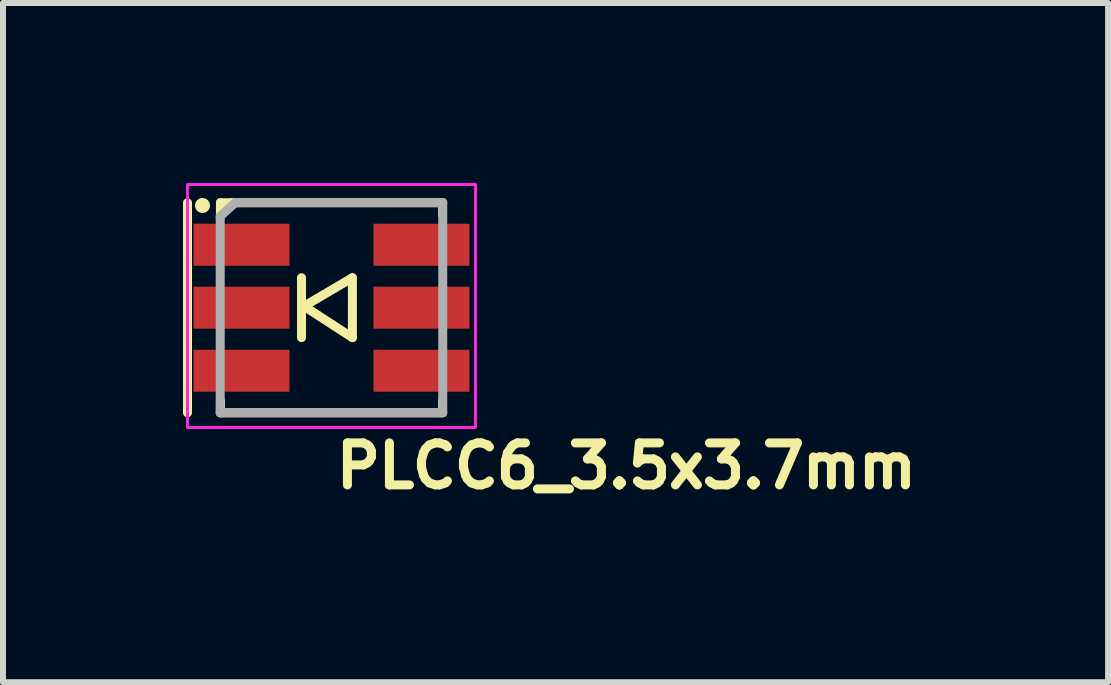
<source format=kicad_pcb>
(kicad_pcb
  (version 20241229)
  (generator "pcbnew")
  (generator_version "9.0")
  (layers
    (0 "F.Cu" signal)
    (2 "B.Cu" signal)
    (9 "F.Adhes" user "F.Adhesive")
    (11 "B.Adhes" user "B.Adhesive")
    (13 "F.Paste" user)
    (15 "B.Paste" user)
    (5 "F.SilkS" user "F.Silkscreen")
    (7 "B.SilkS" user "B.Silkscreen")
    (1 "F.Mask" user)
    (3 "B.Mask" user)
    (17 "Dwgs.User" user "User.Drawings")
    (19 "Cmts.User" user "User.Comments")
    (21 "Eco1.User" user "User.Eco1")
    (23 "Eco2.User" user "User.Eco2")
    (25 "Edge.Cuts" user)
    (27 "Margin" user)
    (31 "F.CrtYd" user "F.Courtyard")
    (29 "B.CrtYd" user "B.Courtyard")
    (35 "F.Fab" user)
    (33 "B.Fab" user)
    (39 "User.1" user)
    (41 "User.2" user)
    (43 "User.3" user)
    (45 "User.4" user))
  (footprint "PLCC6_3.5x3.7mm"
    (layer "F.Cu")
    (at 2.475 2.025)
    (property "Reference" "PLCC6_3.5x3.7mm" (at 0 3.1 0) (layer "F.SilkS") (effects (font (size 0.7 0.7) (thickness 0.15)) (justify left bottom)))
    (attr smd)
    (fp_line (start -2.4 -1.696) (end -2.4 1.804) (stroke (width 0.15) (type solid)) (layer "F.SilkS"))
    (fp_line (start -1.851 -1.696) (end -1.851 -1.496) (stroke (width 0.15) (type solid)) (layer "F.SilkS"))
    (fp_line (start -1.851 -1.696) (end 1.85 -1.696) (stroke (width 0.15) (type solid)) (layer "F.SilkS"))
    (fp_line (start -1.851 -1.496) (end -1.651 -1.7) (stroke (width 0.15) (type solid)) (layer "F.SilkS"))
    (fp_line (start -1.851 1.804) (end -1.851 1.604) (stroke (width 0.15) (type solid)) (layer "F.SilkS"))
    (fp_line (start -1.805 -1.647) (end -1.754 -1.647) (stroke (width 0.15) (type solid)) (layer "F.SilkS"))
    (fp_line (start -0.5 -0.446) (end -0.5 0.552) (stroke (width 0.15) (type solid)) (layer "F.SilkS"))
    (fp_line (start -0.5 0.053) (end 0.348 -0.446) (stroke (width 0.15) (type solid)) (layer "F.SilkS"))
    (fp_line (start 0.348 -0.446) (end 0.348 0.552) (stroke (width 0.15) (type solid)) (layer "F.SilkS"))
    (fp_line (start 0.348 0.552) (end -0.5 0.002) (stroke (width 0.15) (type solid)) (layer "F.SilkS"))
    (fp_line (start 1.85 -1.696) (end 1.85 -1.496) (stroke (width 0.15) (type solid)) (layer "F.SilkS"))
    (fp_line (start 1.85 1.804) (end -1.851 1.804) (stroke (width 0.15) (type solid)) (layer "F.SilkS"))
    (fp_line (start 1.85 1.804) (end 1.85 1.604) (stroke (width 0.15) (type solid)) (layer "F.SilkS"))
    (fp_circle (center -2.15 -1.65) (end -2.1 -1.65) (stroke (width 0.15) (type solid)) (fill yes) (layer "F.SilkS"))
    (fp_rect (start -2.4 -2) (end 2.4 2.05) (stroke (width 0.05) (type solid)) (fill no) (layer "F.CrtYd"))
    (fp_line (start -1.855 -1.47) (end -1.855 1.804) (stroke (width 0.15) (type solid)) (layer "F.Fab"))
    (fp_line (start -1.601 -1.7) (end -1.855 -1.47) (stroke (width 0.15) (type solid)) (layer "F.Fab"))
    (fp_line (start 1.854 -1.7) (end -1.601 -1.7) (stroke (width 0.15) (type solid)) (layer "F.Fab"))
    (fp_line (start 1.854 -1.7) (end 1.854 1.804) (stroke (width 0.15) (type solid)) (layer "F.Fab"))
    (fp_line (start 1.854 1.804) (end -1.855 1.804) (stroke (width 0.15) (type solid)) (layer "F.Fab"))
    (fp_rect (start -1.851 -1.75) (end 1.85 1.749) (stroke (width 0.1) (type solid)) (fill no) (layer "User.5"))
    (fp_line (start -1.851 -1.75) (end -1.851 1.749) (stroke (width 0.02) (type solid)) (layer "User.9"))
    (fp_line (start -1.851 -1.75) (end -1.688 -1.587) (stroke (width 0.02) (type solid)) (layer "User.9"))
    (fp_line (start -1.851 -1.331) (end -1.851 -1.331) (stroke (width 0.02) (type solid)) (layer "User.9"))
    (fp_line (start -1.851 -0.731) (end -1.851 -1.331) (stroke (width 0.02) (type solid)) (layer "User.9"))
    (fp_line (start -1.851 -0.731) (end -1.851 -0.731) (stroke (width 0.02) (type solid)) (layer "User.9"))
    (fp_line (start -1.851 -0.251) (end -1.851 -0.251) (stroke (width 0.02) (type solid)) (layer "User.9"))
    (fp_line (start -1.851 0.349) (end -1.851 -0.251) (stroke (width 0.02) (type solid)) (layer "User.9"))
    (fp_line (start -1.851 0.349) (end -1.851 0.349) (stroke (width 0.02) (type solid)) (layer "User.9"))
    (fp_line (start -1.851 0.829) (end -1.851 0.829) (stroke (width 0.02) (type solid)) (layer "User.9"))
    (fp_line (start -1.851 1.429) (end -1.851 0.829) (stroke (width 0.02) (type solid)) (layer "User.9"))
    (fp_line (start -1.851 1.429) (end -1.851 1.429) (stroke (width 0.02) (type solid)) (layer "User.9"))
    (fp_line (start -1.851 1.749) (end 1.85 1.749) (stroke (width 0.02) (type solid)) (layer "User.9"))
    (fp_line (start -1.688 -1.587) (end -1.024 -1.587) (stroke (width 0.02) (type solid)) (layer "User.9"))
    (fp_line (start -1.688 -1.006) (end -1.688 -1.587) (stroke (width 0.02) (type solid)) (layer "User.9"))
    (fp_line (start -1.651 -1.039) (end -1.688 -1.006) (stroke (width 0.02) (type solid)) (layer "User.9"))
    (fp_line (start -1.651 -1.039) (end -1.651 1.55) (stroke (width 0.02) (type solid)) (layer "User.9"))
    (fp_line (start -1.651 1.55) (end -1.851 1.749) (stroke (width 0.02) (type solid)) (layer "User.9"))
    (fp_line (start -1.651 1.55) (end 1.648 1.55) (stroke (width 0.02) (type solid)) (layer "User.9"))
    (fp_line (start -1.45 -0.001) (end -1.448 -0.098) (stroke (width 0.02) (type solid)) (layer "User.9"))
    (fp_line (start -1.45 -0.001) (end -1.448 -0.098) (stroke (width 0.02) (type solid)) (layer "User.9"))
    (fp_line (start -1.45 0.048) (end -1.45 -0.001) (stroke (width 0.02) (type solid)) (layer "User.9"))
    (fp_line (start -1.45 0.048) (end -1.45 -0.001) (stroke (width 0.02) (type solid)) (layer "User.9"))
    (fp_line (start -1.448 -0.098) (end -1.438 -0.194) (stroke (width 0.02) (type solid)) (layer "User.9"))
    (fp_line (start -1.448 -0.098) (end -1.438 -0.194) (stroke (width 0.02) (type solid)) (layer "User.9"))
    (fp_line (start -1.448 0.096) (end -1.45 0.048) (stroke (width 0.02) (type solid)) (layer "User.9"))
    (fp_line (start -1.448 0.096) (end -1.45 0.048) (stroke (width 0.02) (type solid)) (layer "User.9"))
    (fp_line (start -1.444 0.144) (end -1.448 0.096) (stroke (width 0.02) (type solid)) (layer "User.9"))
    (fp_line (start -1.444 0.144) (end -1.448 0.096) (stroke (width 0.02) (type solid)) (layer "User.9"))
    (fp_line (start -1.438 -0.194) (end -1.422 -0.288) (stroke (width 0.02) (type solid)) (layer "User.9"))
    (fp_line (start -1.438 -0.194) (end -1.422 -0.288) (stroke (width 0.02) (type solid)) (layer "User.9"))
    (fp_line (start -1.438 0.192) (end -1.444 0.144) (stroke (width 0.02) (type solid)) (layer "User.9"))
    (fp_line (start -1.438 0.192) (end -1.444 0.144) (stroke (width 0.02) (type solid)) (layer "User.9"))
    (fp_line (start -1.432 0.239) (end -1.438 0.192) (stroke (width 0.02) (type solid)) (layer "User.9"))
    (fp_line (start -1.432 0.239) (end -1.438 0.192) (stroke (width 0.02) (type solid)) (layer "User.9"))
    (fp_line (start -1.422 -0.288) (end -1.401 -0.379) (stroke (width 0.02) (type solid)) (layer "User.9"))
    (fp_line (start -1.422 -0.288) (end -1.401 -0.379) (stroke (width 0.02) (type solid)) (layer "User.9"))
    (fp_line (start -1.422 0.286) (end -1.432 0.239) (stroke (width 0.02) (type solid)) (layer "User.9"))
    (fp_line (start -1.422 0.286) (end -1.432 0.239) (stroke (width 0.02) (type solid)) (layer "User.9"))
    (fp_line (start -1.412 0.332) (end -1.422 0.286) (stroke (width 0.02) (type solid)) (layer "User.9"))
    (fp_line (start -1.412 0.332) (end -1.422 0.286) (stroke (width 0.02) (type solid)) (layer "User.9"))
    (fp_line (start -1.401 -0.379) (end -1.373 -0.47) (stroke (width 0.02) (type solid)) (layer "User.9"))
    (fp_line (start -1.401 -0.379) (end -1.373 -0.47) (stroke (width 0.02) (type solid)) (layer "User.9"))
    (fp_line (start -1.401 0.377) (end -1.412 0.332) (stroke (width 0.02) (type solid)) (layer "User.9"))
    (fp_line (start -1.401 0.377) (end -1.412 0.332) (stroke (width 0.02) (type solid)) (layer "User.9"))
    (fp_line (start -1.387 0.422) (end -1.401 0.377) (stroke (width 0.02) (type solid)) (layer "User.9"))
    (fp_line (start -1.387 0.422) (end -1.401 0.377) (stroke (width 0.02) (type solid)) (layer "User.9"))
    (fp_line (start -1.373 -0.47) (end -1.339 -0.558) (stroke (width 0.02) (type solid)) (layer "User.9"))
    (fp_line (start -1.373 -0.47) (end -1.339 -0.558) (stroke (width 0.02) (type solid)) (layer "User.9"))
    (fp_line (start -1.373 0.468) (end -1.387 0.422) (stroke (width 0.02) (type solid)) (layer "User.9"))
    (fp_line (start -1.373 0.468) (end -1.387 0.422) (stroke (width 0.02) (type solid)) (layer "User.9"))
    (fp_line (start -1.357 0.512) (end -1.373 0.468) (stroke (width 0.02) (type solid)) (layer "User.9"))
    (fp_line (start -1.357 0.512) (end -1.373 0.468) (stroke (width 0.02) (type solid)) (layer "User.9"))
    (fp_line (start -1.339 -0.558) (end -1.301 -0.644) (stroke (width 0.02) (type solid)) (layer "User.9"))
    (fp_line (start -1.339 -0.558) (end -1.301 -0.644) (stroke (width 0.02) (type solid)) (layer "User.9"))
    (fp_line (start -1.339 0.556) (end -1.357 0.512) (stroke (width 0.02) (type solid)) (layer "User.9"))
    (fp_line (start -1.339 0.556) (end -1.357 0.512) (stroke (width 0.02) (type solid)) (layer "User.9"))
    (fp_line (start -1.321 0.598) (end -1.339 0.556) (stroke (width 0.02) (type solid)) (layer "User.9"))
    (fp_line (start -1.321 0.598) (end -1.339 0.556) (stroke (width 0.02) (type solid)) (layer "User.9"))
    (fp_line (start -1.301 -0.644) (end -1.256 -0.726) (stroke (width 0.02) (type solid)) (layer "User.9"))
    (fp_line (start -1.301 -0.644) (end -1.256 -0.726) (stroke (width 0.02) (type solid)) (layer "User.9"))
    (fp_line (start -1.301 0.642) (end -1.321 0.598) (stroke (width 0.02) (type solid)) (layer "User.9"))
    (fp_line (start -1.301 0.642) (end -1.321 0.598) (stroke (width 0.02) (type solid)) (layer "User.9"))
    (fp_line (start -1.28 0.683) (end -1.301 0.642) (stroke (width 0.02) (type solid)) (layer "User.9"))
    (fp_line (start -1.28 0.683) (end -1.301 0.642) (stroke (width 0.02) (type solid)) (layer "User.9"))
    (fp_line (start -1.256 -0.726) (end -1.208 -0.806) (stroke (width 0.02) (type solid)) (layer "User.9"))
    (fp_line (start -1.256 -0.726) (end -1.208 -0.806) (stroke (width 0.02) (type solid)) (layer "User.9"))
    (fp_line (start -1.256 0.723) (end -1.28 0.683) (stroke (width 0.02) (type solid)) (layer "User.9"))
    (fp_line (start -1.256 0.723) (end -1.28 0.683) (stroke (width 0.02) (type solid)) (layer "User.9"))
    (fp_line (start -1.232 0.764) (end -1.256 0.723) (stroke (width 0.02) (type solid)) (layer "User.9"))
    (fp_line (start -1.232 0.764) (end -1.256 0.723) (stroke (width 0.02) (type solid)) (layer "User.9"))
    (fp_line (start -1.208 -0.806) (end -1.153 -0.882) (stroke (width 0.02) (type solid)) (layer "User.9"))
    (fp_line (start -1.208 -0.806) (end -1.153 -0.882) (stroke (width 0.02) (type solid)) (layer "User.9"))
    (fp_line (start -1.208 0.804) (end -1.232 0.764) (stroke (width 0.02) (type solid)) (layer "User.9"))
    (fp_line (start -1.208 0.804) (end -1.232 0.764) (stroke (width 0.02) (type solid)) (layer "User.9"))
    (fp_line (start -1.18 0.842) (end -1.208 0.804) (stroke (width 0.02) (type solid)) (layer "User.9"))
    (fp_line (start -1.18 0.842) (end -1.208 0.804) (stroke (width 0.02) (type solid)) (layer "User.9"))
    (fp_line (start -1.153 -0.882) (end -1.093 -0.956) (stroke (width 0.02) (type solid)) (layer "User.9"))
    (fp_line (start -1.153 -0.882) (end -1.093 -0.956) (stroke (width 0.02) (type solid)) (layer "User.9"))
    (fp_line (start -1.153 0.88) (end -1.18 0.842) (stroke (width 0.02) (type solid)) (layer "User.9"))
    (fp_line (start -1.153 0.88) (end -1.18 0.842) (stroke (width 0.02) (type solid)) (layer "User.9"))
    (fp_line (start -1.123 0.918) (end -1.153 0.88) (stroke (width 0.02) (type solid)) (layer "User.9"))
    (fp_line (start -1.123 0.918) (end -1.153 0.88) (stroke (width 0.02) (type solid)) (layer "User.9"))
    (fp_line (start -1.093 -0.956) (end -1.029 -1.024) (stroke (width 0.02) (type solid)) (layer "User.9"))
    (fp_line (start -1.093 -0.956) (end -1.029 -1.024) (stroke (width 0.02) (type solid)) (layer "User.9"))
    (fp_line (start -1.093 0.954) (end -1.123 0.918) (stroke (width 0.02) (type solid)) (layer "User.9"))
    (fp_line (start -1.093 0.954) (end -1.123 0.918) (stroke (width 0.02) (type solid)) (layer "User.9"))
    (fp_line (start -1.065 -1.551) (end -1.651 -1.039) (stroke (width 0.02) (type solid)) (layer "User.9"))
    (fp_line (start -1.061 0.988) (end -1.093 0.954) (stroke (width 0.02) (type solid)) (layer "User.9"))
    (fp_line (start -1.061 0.988) (end -1.093 0.954) (stroke (width 0.02) (type solid)) (layer "User.9"))
    (fp_line (start -1.029 -1.024) (end -0.96 -1.089) (stroke (width 0.02) (type solid)) (layer "User.9"))
    (fp_line (start -1.029 -1.024) (end -0.96 -1.089) (stroke (width 0.02) (type solid)) (layer "User.9"))
    (fp_line (start -1.029 1.023) (end -1.061 0.988) (stroke (width 0.02) (type solid)) (layer "User.9"))
    (fp_line (start -1.029 1.023) (end -1.061 0.988) (stroke (width 0.02) (type solid)) (layer "User.9"))
    (fp_line (start -1.024 -1.587) (end -1.065 -1.551) (stroke (width 0.02) (type solid)) (layer "User.9"))
    (fp_line (start -0.994 1.056) (end -1.029 1.023) (stroke (width 0.02) (type solid)) (layer "User.9"))
    (fp_line (start -0.994 1.056) (end -1.029 1.023) (stroke (width 0.02) (type solid)) (layer "User.9"))
    (fp_line (start -0.96 -1.089) (end -0.885 -1.149) (stroke (width 0.02) (type solid)) (layer "User.9"))
    (fp_line (start -0.96 -1.089) (end -0.885 -1.149) (stroke (width 0.02) (type solid)) (layer "User.9"))
    (fp_line (start -0.96 1.088) (end -0.994 1.056) (stroke (width 0.02) (type solid)) (layer "User.9"))
    (fp_line (start -0.96 1.088) (end -0.994 1.056) (stroke (width 0.02) (type solid)) (layer "User.9"))
    (fp_line (start -0.924 1.118) (end -0.96 1.088) (stroke (width 0.02) (type solid)) (layer "User.9"))
    (fp_line (start -0.924 1.118) (end -0.96 1.088) (stroke (width 0.02) (type solid)) (layer "User.9"))
    (fp_line (start -0.885 -1.149) (end -0.809 -1.206) (stroke (width 0.02) (type solid)) (layer "User.9"))
    (fp_line (start -0.885 -1.149) (end -0.809 -1.206) (stroke (width 0.02) (type solid)) (layer "User.9"))
    (fp_line (start -0.885 1.148) (end -0.924 1.118) (stroke (width 0.02) (type solid)) (layer "User.9"))
    (fp_line (start -0.885 1.148) (end -0.924 1.118) (stroke (width 0.02) (type solid)) (layer "User.9"))
    (fp_line (start -0.847 1.177) (end -0.885 1.148) (stroke (width 0.02) (type solid)) (layer "User.9"))
    (fp_line (start -0.847 1.177) (end -0.885 1.148) (stroke (width 0.02) (type solid)) (layer "User.9"))
    (fp_line (start -0.809 -1.206) (end -0.725 -1.256) (stroke (width 0.02) (type solid)) (layer "User.9"))
    (fp_line (start -0.809 -1.206) (end -0.725 -1.256) (stroke (width 0.02) (type solid)) (layer "User.9"))
    (fp_line (start -0.809 1.203) (end -0.847 1.177) (stroke (width 0.02) (type solid)) (layer "User.9"))
    (fp_line (start -0.809 1.203) (end -0.847 1.177) (stroke (width 0.02) (type solid)) (layer "User.9"))
    (fp_line (start -0.767 1.229) (end -0.809 1.203) (stroke (width 0.02) (type solid)) (layer "User.9"))
    (fp_line (start -0.767 1.229) (end -0.809 1.203) (stroke (width 0.02) (type solid)) (layer "User.9"))
    (fp_line (start -0.725 -1.256) (end -0.725 -1.256) (stroke (width 0.02) (type solid)) (layer "User.9"))
    (fp_line (start -0.725 -1.256) (end -0.725 -1.256) (stroke (width 0.02) (type solid)) (layer "User.9"))
    (fp_line (start -0.725 -1.256) (end -0.64 -1.303) (stroke (width 0.02) (type solid)) (layer "User.9"))
    (fp_line (start -0.725 -1.256) (end -0.64 -1.303) (stroke (width 0.02) (type solid)) (layer "User.9"))
    (fp_line (start -0.725 1.255) (end -0.767 1.229) (stroke (width 0.02) (type solid)) (layer "User.9"))
    (fp_line (start -0.725 1.255) (end -0.767 1.229) (stroke (width 0.02) (type solid)) (layer "User.9"))
    (fp_line (start -0.725 1.255) (end -0.725 1.255) (stroke (width 0.02) (type solid)) (layer "User.9"))
    (fp_line (start -0.725 1.255) (end -0.725 1.255) (stroke (width 0.02) (type solid)) (layer "User.9"))
    (fp_line (start -0.64 -1.303) (end -0.554 -1.341) (stroke (width 0.02) (type solid)) (layer "User.9"))
    (fp_line (start -0.64 -1.303) (end -0.554 -1.341) (stroke (width 0.02) (type solid)) (layer "User.9"))
    (fp_line (start -0.64 1.3) (end -0.725 1.255) (stroke (width 0.02) (type solid)) (layer "User.9"))
    (fp_line (start -0.64 1.3) (end -0.725 1.255) (stroke (width 0.02) (type solid)) (layer "User.9"))
    (fp_line (start -0.554 -1.341) (end -0.465 -1.375) (stroke (width 0.02) (type solid)) (layer "User.9"))
    (fp_line (start -0.554 -1.341) (end -0.465 -1.375) (stroke (width 0.02) (type solid)) (layer "User.9"))
    (fp_line (start -0.554 1.34) (end -0.64 1.3) (stroke (width 0.02) (type solid)) (layer "User.9"))
    (fp_line (start -0.554 1.34) (end -0.64 1.3) (stroke (width 0.02) (type solid)) (layer "User.9"))
    (fp_line (start -0.465 -1.375) (end -0.373 -1.403) (stroke (width 0.02) (type solid)) (layer "User.9"))
    (fp_line (start -0.465 -1.375) (end -0.373 -1.403) (stroke (width 0.02) (type solid)) (layer "User.9"))
    (fp_line (start -0.465 1.374) (end -0.554 1.34) (stroke (width 0.02) (type solid)) (layer "User.9"))
    (fp_line (start -0.465 1.374) (end -0.554 1.34) (stroke (width 0.02) (type solid)) (layer "User.9"))
    (fp_line (start -0.373 -1.403) (end -0.282 -1.424) (stroke (width 0.02) (type solid)) (layer "User.9"))
    (fp_line (start -0.373 -1.403) (end -0.282 -1.424) (stroke (width 0.02) (type solid)) (layer "User.9"))
    (fp_line (start -0.373 1.4) (end -0.465 1.374) (stroke (width 0.02) (type solid)) (layer "User.9"))
    (fp_line (start -0.373 1.4) (end -0.465 1.374) (stroke (width 0.02) (type solid)) (layer "User.9"))
    (fp_line (start -0.282 -1.424) (end -0.188 -1.438) (stroke (width 0.02) (type solid)) (layer "User.9"))
    (fp_line (start -0.282 -1.424) (end -0.188 -1.438) (stroke (width 0.02) (type solid)) (layer "User.9"))
    (fp_line (start -0.282 1.421) (end -0.373 1.4) (stroke (width 0.02) (type solid)) (layer "User.9"))
    (fp_line (start -0.282 1.421) (end -0.373 1.4) (stroke (width 0.02) (type solid)) (layer "User.9"))
    (fp_line (start -0.188 -1.438) (end -0.094 -1.448) (stroke (width 0.02) (type solid)) (layer "User.9"))
    (fp_line (start -0.188 -1.438) (end -0.094 -1.448) (stroke (width 0.02) (type solid)) (layer "User.9"))
    (fp_line (start -0.188 1.437) (end -0.282 1.421) (stroke (width 0.02) (type solid)) (layer "User.9"))
    (fp_line (start -0.188 1.437) (end -0.282 1.421) (stroke (width 0.02) (type solid)) (layer "User.9"))
    (fp_line (start -0.094 -1.448) (end 0 -1.45) (stroke (width 0.02) (type solid)) (layer "User.9"))
    (fp_line (start -0.094 -1.448) (end 0 -1.45) (stroke (width 0.02) (type solid)) (layer "User.9"))
    (fp_line (start -0.094 1.445) (end -0.188 1.437) (stroke (width 0.02) (type solid)) (layer "User.9"))
    (fp_line (start -0.094 1.445) (end -0.188 1.437) (stroke (width 0.02) (type solid)) (layer "User.9"))
    (fp_line (start 0 -1.45) (end 0.092 -1.448) (stroke (width 0.02) (type solid)) (layer "User.9"))
    (fp_line (start 0 -1.45) (end 0.092 -1.448) (stroke (width 0.02) (type solid)) (layer "User.9"))
    (fp_line (start 0 1.449) (end -0.094 1.445) (stroke (width 0.02) (type solid)) (layer "User.9"))
    (fp_line (start 0 1.449) (end -0.094 1.445) (stroke (width 0.02) (type solid)) (layer "User.9"))
    (fp_line (start 0.092 -1.448) (end 0.186 -1.438) (stroke (width 0.02) (type solid)) (layer "User.9"))
    (fp_line (start 0.092 -1.448) (end 0.186 -1.438) (stroke (width 0.02) (type solid)) (layer "User.9"))
    (fp_line (start 0.092 1.445) (end 0 1.449) (stroke (width 0.02) (type solid)) (layer "User.9"))
    (fp_line (start 0.092 1.445) (end 0 1.449) (stroke (width 0.02) (type solid)) (layer "User.9"))
    (fp_line (start 0.186 -1.438) (end 0.28 -1.424) (stroke (width 0.02) (type solid)) (layer "User.9"))
    (fp_line (start 0.186 -1.438) (end 0.28 -1.424) (stroke (width 0.02) (type solid)) (layer "User.9"))
    (fp_line (start 0.186 1.437) (end 0.092 1.445) (stroke (width 0.02) (type solid)) (layer "User.9"))
    (fp_line (start 0.186 1.437) (end 0.092 1.445) (stroke (width 0.02) (type solid)) (layer "User.9"))
    (fp_line (start 0.28 -1.424) (end 0.371 -1.403) (stroke (width 0.02) (type solid)) (layer "User.9"))
    (fp_line (start 0.28 -1.424) (end 0.371 -1.403) (stroke (width 0.02) (type solid)) (layer "User.9"))
    (fp_line (start 0.28 1.421) (end 0.186 1.437) (stroke (width 0.02) (type solid)) (layer "User.9"))
    (fp_line (start 0.28 1.421) (end 0.186 1.437) (stroke (width 0.02) (type solid)) (layer "User.9"))
    (fp_line (start 0.371 -1.403) (end 0.463 -1.375) (stroke (width 0.02) (type solid)) (layer "User.9"))
    (fp_line (start 0.371 -1.403) (end 0.463 -1.375) (stroke (width 0.02) (type solid)) (layer "User.9"))
    (fp_line (start 0.371 1.4) (end 0.28 1.421) (stroke (width 0.02) (type solid)) (layer "User.9"))
    (fp_line (start 0.371 1.4) (end 0.28 1.421) (stroke (width 0.02) (type solid)) (layer "User.9"))
    (fp_line (start 0.463 -1.375) (end 0.552 -1.341) (stroke (width 0.02) (type solid)) (layer "User.9"))
    (fp_line (start 0.463 -1.375) (end 0.552 -1.341) (stroke (width 0.02) (type solid)) (layer "User.9"))
    (fp_line (start 0.463 1.374) (end 0.371 1.4) (stroke (width 0.02) (type solid)) (layer "User.9"))
    (fp_line (start 0.463 1.374) (end 0.371 1.4) (stroke (width 0.02) (type solid)) (layer "User.9"))
    (fp_line (start 0.552 -1.341) (end 0.638 -1.303) (stroke (width 0.02) (type solid)) (layer "User.9"))
    (fp_line (start 0.552 -1.341) (end 0.638 -1.303) (stroke (width 0.02) (type solid)) (layer "User.9"))
    (fp_line (start 0.552 1.34) (end 0.463 1.374) (stroke (width 0.02) (type solid)) (layer "User.9"))
    (fp_line (start 0.552 1.34) (end 0.463 1.374) (stroke (width 0.02) (type solid)) (layer "User.9"))
    (fp_line (start 0.638 -1.303) (end 0.723 -1.256) (stroke (width 0.02) (type solid)) (layer "User.9"))
    (fp_line (start 0.638 -1.303) (end 0.723 -1.256) (stroke (width 0.02) (type solid)) (layer "User.9"))
    (fp_line (start 0.638 1.3) (end 0.552 1.34) (stroke (width 0.02) (type solid)) (layer "User.9"))
    (fp_line (start 0.638 1.3) (end 0.552 1.34) (stroke (width 0.02) (type solid)) (layer "User.9"))
    (fp_line (start 0.723 -1.256) (end 0.723 -1.256) (stroke (width 0.02) (type solid)) (layer "User.9"))
    (fp_line (start 0.723 -1.256) (end 0.723 -1.256) (stroke (width 0.02) (type solid)) (layer "User.9"))
    (fp_line (start 0.723 -1.256) (end 0.765 -1.232) (stroke (width 0.02) (type solid)) (layer "User.9"))
    (fp_line (start 0.723 -1.256) (end 0.765 -1.232) (stroke (width 0.02) (type solid)) (layer "User.9"))
    (fp_line (start 0.723 1.255) (end 0.638 1.3) (stroke (width 0.02) (type solid)) (layer "User.9"))
    (fp_line (start 0.723 1.255) (end 0.638 1.3) (stroke (width 0.02) (type solid)) (layer "User.9"))
    (fp_line (start 0.723 1.255) (end 0.723 1.255) (stroke (width 0.02) (type solid)) (layer "User.9"))
    (fp_line (start 0.723 1.255) (end 0.723 1.255) (stroke (width 0.02) (type solid)) (layer "User.9"))
    (fp_line (start 0.765 -1.232) (end 0.807 -1.206) (stroke (width 0.02) (type solid)) (layer "User.9"))
    (fp_line (start 0.765 -1.232) (end 0.807 -1.206) (stroke (width 0.02) (type solid)) (layer "User.9"))
    (fp_line (start 0.807 -1.206) (end 0.845 -1.178) (stroke (width 0.02) (type solid)) (layer "User.9"))
    (fp_line (start 0.807 -1.206) (end 0.845 -1.178) (stroke (width 0.02) (type solid)) (layer "User.9"))
    (fp_line (start 0.807 1.203) (end 0.723 1.255) (stroke (width 0.02) (type solid)) (layer "User.9"))
    (fp_line (start 0.807 1.203) (end 0.723 1.255) (stroke (width 0.02) (type solid)) (layer "User.9"))
    (fp_line (start 0.845 -1.178) (end 0.883 -1.149) (stroke (width 0.02) (type solid)) (layer "User.9"))
    (fp_line (start 0.845 -1.178) (end 0.883 -1.149) (stroke (width 0.02) (type solid)) (layer "User.9"))
    (fp_line (start 0.883 -1.149) (end 0.922 -1.119) (stroke (width 0.02) (type solid)) (layer "User.9"))
    (fp_line (start 0.883 -1.149) (end 0.922 -1.119) (stroke (width 0.02) (type solid)) (layer "User.9"))
    (fp_line (start 0.883 1.148) (end 0.807 1.203) (stroke (width 0.02) (type solid)) (layer "User.9"))
    (fp_line (start 0.883 1.148) (end 0.807 1.203) (stroke (width 0.02) (type solid)) (layer "User.9"))
    (fp_line (start 0.922 -1.119) (end 0.958 -1.089) (stroke (width 0.02) (type solid)) (layer "User.9"))
    (fp_line (start 0.922 -1.119) (end 0.958 -1.089) (stroke (width 0.02) (type solid)) (layer "User.9"))
    (fp_line (start 0.958 -1.089) (end 0.992 -1.057) (stroke (width 0.02) (type solid)) (layer "User.9"))
    (fp_line (start 0.958 -1.089) (end 0.992 -1.057) (stroke (width 0.02) (type solid)) (layer "User.9"))
    (fp_line (start 0.958 1.088) (end 0.883 1.148) (stroke (width 0.02) (type solid)) (layer "User.9"))
    (fp_line (start 0.958 1.088) (end 0.883 1.148) (stroke (width 0.02) (type solid)) (layer "User.9"))
    (fp_line (start 0.992 -1.057) (end 1.026 -1.024) (stroke (width 0.02) (type solid)) (layer "User.9"))
    (fp_line (start 0.992 -1.057) (end 1.026 -1.024) (stroke (width 0.02) (type solid)) (layer "User.9"))
    (fp_line (start 1.026 -1.024) (end 1.06 -0.99) (stroke (width 0.02) (type solid)) (layer "User.9"))
    (fp_line (start 1.026 -1.024) (end 1.06 -0.99) (stroke (width 0.02) (type solid)) (layer "User.9"))
    (fp_line (start 1.026 1.023) (end 0.958 1.088) (stroke (width 0.02) (type solid)) (layer "User.9"))
    (fp_line (start 1.026 1.023) (end 0.958 1.088) (stroke (width 0.02) (type solid)) (layer "User.9"))
    (fp_line (start 1.06 -0.99) (end 1.09 -0.956) (stroke (width 0.02) (type solid)) (layer "User.9"))
    (fp_line (start 1.06 -0.99) (end 1.09 -0.956) (stroke (width 0.02) (type solid)) (layer "User.9"))
    (fp_line (start 1.09 -0.956) (end 1.122 -0.92) (stroke (width 0.02) (type solid)) (layer "User.9"))
    (fp_line (start 1.09 -0.956) (end 1.122 -0.92) (stroke (width 0.02) (type solid)) (layer "User.9"))
    (fp_line (start 1.09 0.954) (end 1.026 1.023) (stroke (width 0.02) (type solid)) (layer "User.9"))
    (fp_line (start 1.09 0.954) (end 1.026 1.023) (stroke (width 0.02) (type solid)) (layer "User.9"))
    (fp_line (start 1.122 -0.92) (end 1.15 -0.882) (stroke (width 0.02) (type solid)) (layer "User.9"))
    (fp_line (start 1.122 -0.92) (end 1.15 -0.882) (stroke (width 0.02) (type solid)) (layer "User.9"))
    (fp_line (start 1.15 -0.882) (end 1.179 -0.844) (stroke (width 0.02) (type solid)) (layer "User.9"))
    (fp_line (start 1.15 -0.882) (end 1.179 -0.844) (stroke (width 0.02) (type solid)) (layer "User.9"))
    (fp_line (start 1.15 0.88) (end 1.09 0.954) (stroke (width 0.02) (type solid)) (layer "User.9"))
    (fp_line (start 1.15 0.88) (end 1.09 0.954) (stroke (width 0.02) (type solid)) (layer "User.9"))
    (fp_line (start 1.179 -0.844) (end 1.205 -0.806) (stroke (width 0.02) (type solid)) (layer "User.9"))
    (fp_line (start 1.179 -0.844) (end 1.205 -0.806) (stroke (width 0.02) (type solid)) (layer "User.9"))
    (fp_line (start 1.205 -0.806) (end 1.231 -0.766) (stroke (width 0.02) (type solid)) (layer "User.9"))
    (fp_line (start 1.205 -0.806) (end 1.231 -0.766) (stroke (width 0.02) (type solid)) (layer "User.9"))
    (fp_line (start 1.205 0.804) (end 1.15 0.88) (stroke (width 0.02) (type solid)) (layer "User.9"))
    (fp_line (start 1.205 0.804) (end 1.15 0.88) (stroke (width 0.02) (type solid)) (layer "User.9"))
    (fp_line (start 1.231 -0.766) (end 1.255 -0.726) (stroke (width 0.02) (type solid)) (layer "User.9"))
    (fp_line (start 1.231 -0.766) (end 1.255 -0.726) (stroke (width 0.02) (type solid)) (layer "User.9"))
    (fp_line (start 1.255 -0.726) (end 1.277 -0.685) (stroke (width 0.02) (type solid)) (layer "User.9"))
    (fp_line (start 1.255 -0.726) (end 1.277 -0.685) (stroke (width 0.02) (type solid)) (layer "User.9"))
    (fp_line (start 1.255 0.723) (end 1.205 0.804) (stroke (width 0.02) (type solid)) (layer "User.9"))
    (fp_line (start 1.255 0.723) (end 1.205 0.804) (stroke (width 0.02) (type solid)) (layer "User.9"))
    (fp_line (start 1.277 -0.685) (end 1.3 -0.644) (stroke (width 0.02) (type solid)) (layer "User.9"))
    (fp_line (start 1.277 -0.685) (end 1.3 -0.644) (stroke (width 0.02) (type solid)) (layer "User.9"))
    (fp_line (start 1.3 -0.644) (end 1.32 -0.6) (stroke (width 0.02) (type solid)) (layer "User.9"))
    (fp_line (start 1.3 -0.644) (end 1.32 -0.6) (stroke (width 0.02) (type solid)) (layer "User.9"))
    (fp_line (start 1.3 0.642) (end 1.255 0.723) (stroke (width 0.02) (type solid)) (layer "User.9"))
    (fp_line (start 1.3 0.642) (end 1.255 0.723) (stroke (width 0.02) (type solid)) (layer "User.9"))
    (fp_line (start 1.32 -0.6) (end 1.338 -0.558) (stroke (width 0.02) (type solid)) (layer "User.9"))
    (fp_line (start 1.32 -0.6) (end 1.338 -0.558) (stroke (width 0.02) (type solid)) (layer "User.9"))
    (fp_line (start 1.338 -0.558) (end 1.356 -0.514) (stroke (width 0.02) (type solid)) (layer "User.9"))
    (fp_line (start 1.338 -0.558) (end 1.356 -0.514) (stroke (width 0.02) (type solid)) (layer "User.9"))
    (fp_line (start 1.338 0.556) (end 1.3 0.642) (stroke (width 0.02) (type solid)) (layer "User.9"))
    (fp_line (start 1.338 0.556) (end 1.3 0.642) (stroke (width 0.02) (type solid)) (layer "User.9"))
    (fp_line (start 1.356 -0.514) (end 1.372 -0.47) (stroke (width 0.02) (type solid)) (layer "User.9"))
    (fp_line (start 1.356 -0.514) (end 1.372 -0.47) (stroke (width 0.02) (type solid)) (layer "User.9"))
    (fp_line (start 1.372 -0.47) (end 1.386 -0.424) (stroke (width 0.02) (type solid)) (layer "User.9"))
    (fp_line (start 1.372 -0.47) (end 1.386 -0.424) (stroke (width 0.02) (type solid)) (layer "User.9"))
    (fp_line (start 1.372 0.468) (end 1.338 0.556) (stroke (width 0.02) (type solid)) (layer "User.9"))
    (fp_line (start 1.372 0.468) (end 1.338 0.556) (stroke (width 0.02) (type solid)) (layer "User.9"))
    (fp_line (start 1.386 -0.424) (end 1.398 -0.379) (stroke (width 0.02) (type solid)) (layer "User.9"))
    (fp_line (start 1.386 -0.424) (end 1.398 -0.379) (stroke (width 0.02) (type solid)) (layer "User.9"))
    (fp_line (start 1.398 -0.379) (end 1.411 -0.334) (stroke (width 0.02) (type solid)) (layer "User.9"))
    (fp_line (start 1.398 -0.379) (end 1.411 -0.334) (stroke (width 0.02) (type solid)) (layer "User.9"))
    (fp_line (start 1.398 0.377) (end 1.372 0.468) (stroke (width 0.02) (type solid)) (layer "User.9"))
    (fp_line (start 1.398 0.377) (end 1.372 0.468) (stroke (width 0.02) (type solid)) (layer "User.9"))
    (fp_line (start 1.411 -0.334) (end 1.421 -0.288) (stroke (width 0.02) (type solid)) (layer "User.9"))
    (fp_line (start 1.411 -0.334) (end 1.421 -0.288) (stroke (width 0.02) (type solid)) (layer "User.9"))
    (fp_line (start 1.421 -0.288) (end 1.429 -0.24) (stroke (width 0.02) (type solid)) (layer "User.9"))
    (fp_line (start 1.421 -0.288) (end 1.429 -0.24) (stroke (width 0.02) (type solid)) (layer "User.9"))
    (fp_line (start 1.421 0.286) (end 1.398 0.377) (stroke (width 0.02) (type solid)) (layer "User.9"))
    (fp_line (start 1.421 0.286) (end 1.398 0.377) (stroke (width 0.02) (type solid)) (layer "User.9"))
    (fp_line (start 1.429 -0.24) (end 1.437 -0.194) (stroke (width 0.02) (type solid)) (layer "User.9"))
    (fp_line (start 1.429 -0.24) (end 1.437 -0.194) (stroke (width 0.02) (type solid)) (layer "User.9"))
    (fp_line (start 1.437 -0.194) (end 1.441 -0.145) (stroke (width 0.02) (type solid)) (layer "User.9"))
    (fp_line (start 1.437 -0.194) (end 1.441 -0.145) (stroke (width 0.02) (type solid)) (layer "User.9"))
    (fp_line (start 1.437 0.192) (end 1.421 0.286) (stroke (width 0.02) (type solid)) (layer "User.9"))
    (fp_line (start 1.437 0.192) (end 1.421 0.286) (stroke (width 0.02) (type solid)) (layer "User.9"))
    (fp_line (start 1.441 -0.145) (end 1.445 -0.098) (stroke (width 0.02) (type solid)) (layer "User.9"))
    (fp_line (start 1.441 -0.145) (end 1.445 -0.098) (stroke (width 0.02) (type solid)) (layer "User.9"))
    (fp_line (start 1.445 -0.098) (end 1.449 -0.05) (stroke (width 0.02) (type solid)) (layer "User.9"))
    (fp_line (start 1.445 -0.098) (end 1.449 -0.05) (stroke (width 0.02) (type solid)) (layer "User.9"))
    (fp_line (start 1.445 0.096) (end 1.437 0.192) (stroke (width 0.02) (type solid)) (layer "User.9"))
    (fp_line (start 1.445 0.096) (end 1.437 0.192) (stroke (width 0.02) (type solid)) (layer "User.9"))
    (fp_line (start 1.449 -0.05) (end 1.449 -0.001) (stroke (width 0.02) (type solid)) (layer "User.9"))
    (fp_line (start 1.449 -0.05) (end 1.449 -0.001) (stroke (width 0.02) (type solid)) (layer "User.9"))
    (fp_line (start 1.449 -0.001) (end 1.445 0.096) (stroke (width 0.02) (type solid)) (layer "User.9"))
    (fp_line (start 1.449 -0.001) (end 1.445 0.096) (stroke (width 0.02) (type solid)) (layer "User.9"))
    (fp_line (start 1.648 -1.551) (end -1.065 -1.551) (stroke (width 0.02) (type solid)) (layer "User.9"))
    (fp_line (start 1.648 -1.551) (end 1.85 -1.75) (stroke (width 0.02) (type solid)) (layer "User.9"))
    (fp_line (start 1.648 1.55) (end 1.648 -1.551) (stroke (width 0.02) (type solid)) (layer "User.9"))
    (fp_line (start 1.648 1.55) (end 1.85 1.749) (stroke (width 0.02) (type solid)) (layer "User.9"))
    (fp_line (start 1.85 -1.75) (end -1.851 -1.75) (stroke (width 0.02) (type solid)) (layer "User.9"))
    (fp_line (start 1.85 -1.331) (end 1.85 -1.331) (stroke (width 0.02) (type solid)) (layer "User.9"))
    (fp_line (start 1.85 -0.731) (end 1.85 -1.331) (stroke (width 0.02) (type solid)) (layer "User.9"))
    (fp_line (start 1.85 -0.731) (end 1.85 -0.731) (stroke (width 0.02) (type solid)) (layer "User.9"))
    (fp_line (start 1.85 -0.251) (end 1.85 -0.251) (stroke (width 0.02) (type solid)) (layer "User.9"))
    (fp_line (start 1.85 0.349) (end 1.85 -0.251) (stroke (width 0.02) (type solid)) (layer "User.9"))
    (fp_line (start 1.85 0.349) (end 1.85 0.349) (stroke (width 0.02) (type solid)) (layer "User.9"))
    (fp_line (start 1.85 0.829) (end 1.85 0.829) (stroke (width 0.02) (type solid)) (layer "User.9"))
    (fp_line (start 1.85 1.429) (end 1.85 0.829) (stroke (width 0.02) (type solid)) (layer "User.9"))
    (fp_line (start 1.85 1.429) (end 1.85 1.429) (stroke (width 0.02) (type solid)) (layer "User.9"))
    (fp_line (start 1.85 1.749) (end 1.85 -1.75) (stroke (width 0.02) (type solid)) (layer "User.9"))
    (pad "1" smd rect (at -1.5 -0.996) (size 1.6 0.7) (layers "F.Cu" "F.Mask" "F.Paste"))
    (pad "2" smd rect (at -1.5 0.053) (size 1.6 0.7) (layers "F.Cu" "F.Mask" "F.Paste"))
    (pad "3" smd rect (at -1.5 1.104) (size 1.6 0.7) (layers "F.Cu" "F.Mask" "F.Paste"))
    (pad "4" smd rect (at 1.499 1.104) (size 1.6 0.7) (layers "F.Cu" "F.Mask" "F.Paste"))
    (pad "5" smd rect (at 1.499 0.053) (size 1.6 0.7) (layers "F.Cu" "F.Mask" "F.Paste"))
    (pad "6" smd rect (at 1.499 -0.996) (size 1.6 0.7) (layers "F.Cu" "F.Mask" "F.Paste")))
  (gr_rect
    (start -3 -3)
    (end 15.418 8.32)
    (stroke (width 0.1) (type default))
    (fill no)
    (layer "Edge.Cuts")))
</source>
